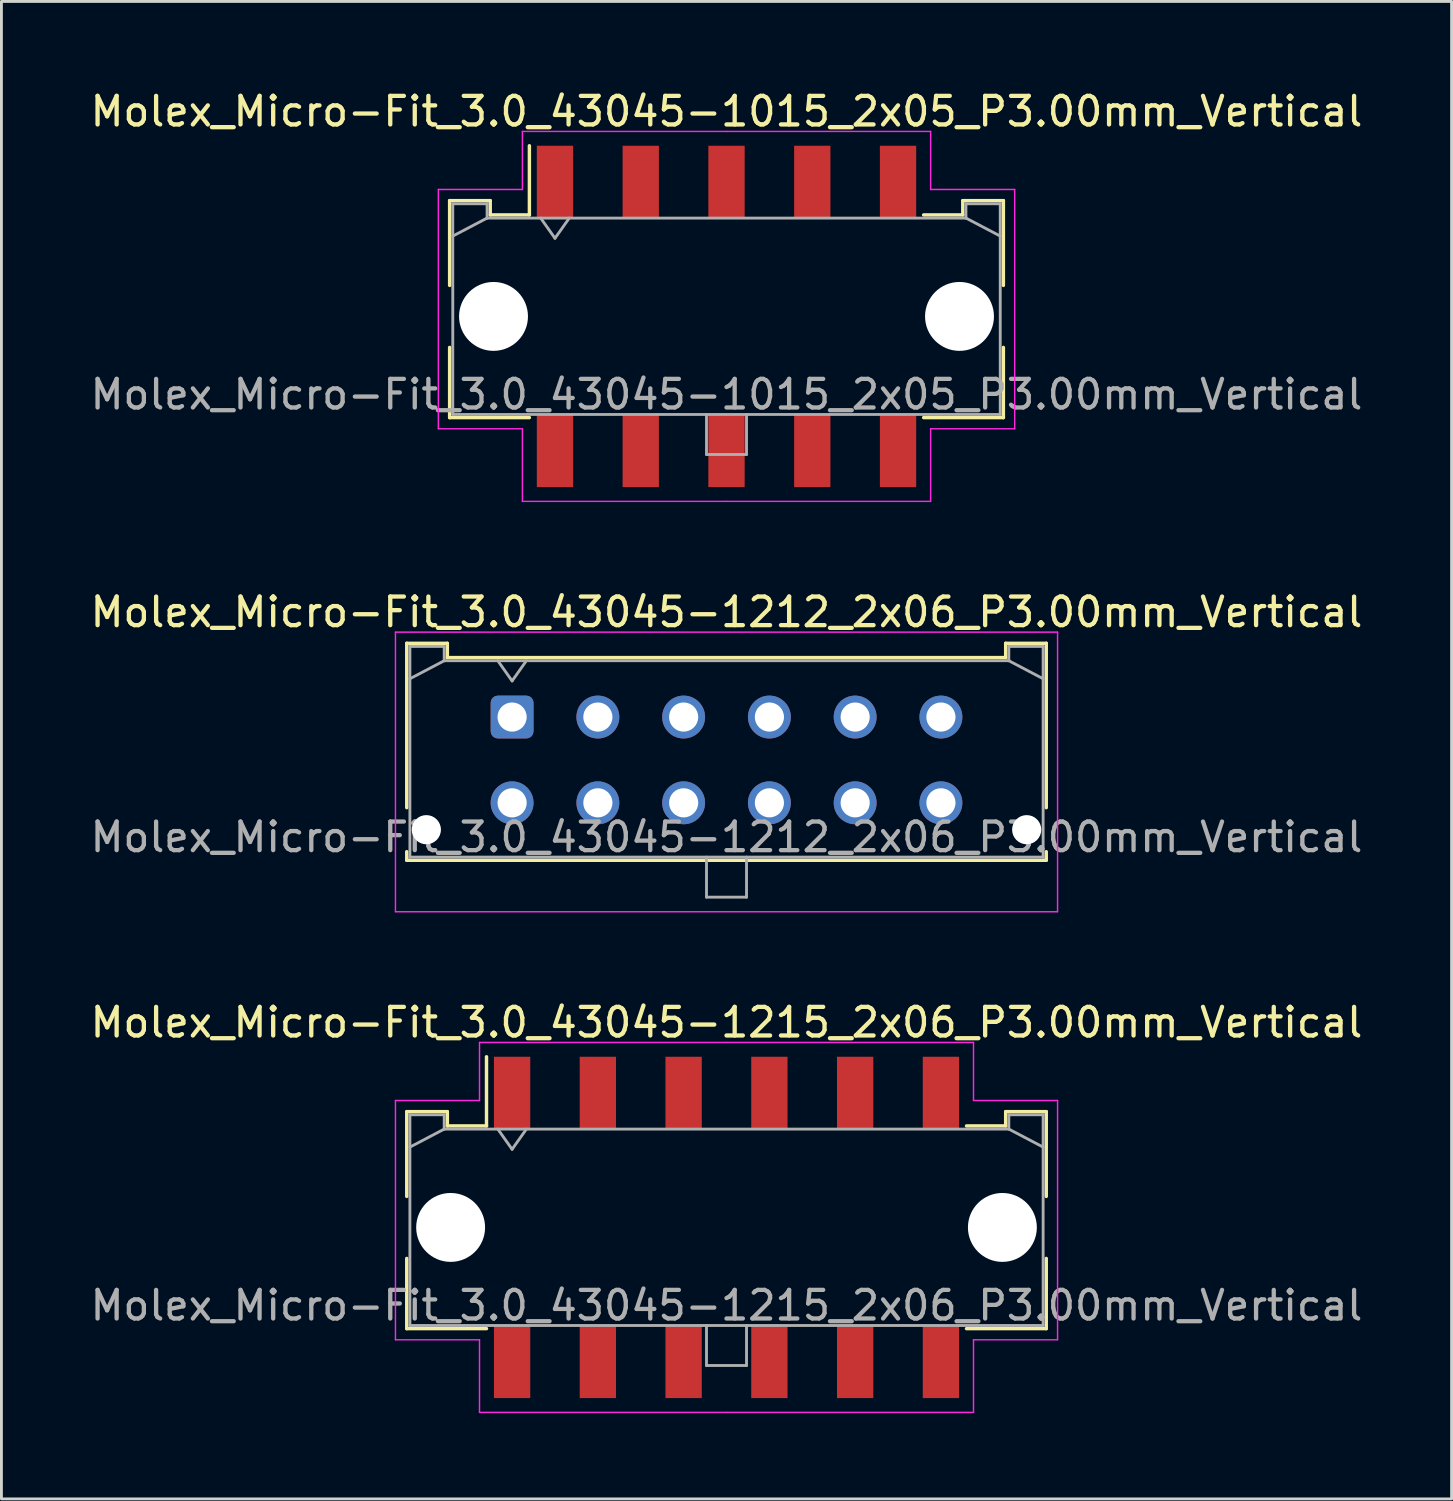
<source format=kicad_pcb>
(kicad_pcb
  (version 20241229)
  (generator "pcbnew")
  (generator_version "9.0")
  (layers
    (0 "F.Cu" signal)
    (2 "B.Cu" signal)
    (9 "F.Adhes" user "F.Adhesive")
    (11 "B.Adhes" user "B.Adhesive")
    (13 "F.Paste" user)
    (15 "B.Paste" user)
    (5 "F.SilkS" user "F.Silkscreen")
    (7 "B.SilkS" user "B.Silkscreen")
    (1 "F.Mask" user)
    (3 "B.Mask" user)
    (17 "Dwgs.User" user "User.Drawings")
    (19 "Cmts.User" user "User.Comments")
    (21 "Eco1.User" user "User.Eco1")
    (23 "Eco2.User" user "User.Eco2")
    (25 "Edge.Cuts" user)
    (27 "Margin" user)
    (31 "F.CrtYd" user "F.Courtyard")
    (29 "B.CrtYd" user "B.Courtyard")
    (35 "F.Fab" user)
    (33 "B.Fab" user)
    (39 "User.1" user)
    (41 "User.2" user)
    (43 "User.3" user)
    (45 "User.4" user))
  (footprint "Molex_Micro-Fit_3.0_43045-1015_2x05_P3.00mm_Vertical"
    (layer "F.Cu")
    (at 22.363 8.018)
    (property "Reference" "Molex_Micro-Fit_3.0_43045-1015_2x05_P3.00mm_Vertical" (at 0 -7.17 0) (layer "F.SilkS") (effects (font (size 1 1) (thickness 0.15))))
    (attr smd)
    (fp_line (start -9.685 -4.05) (end -8.265 -4.05) (stroke (width 0.12) (type solid)) (layer "F.SilkS"))
    (fp_line (start -9.685 -1.085) (end -9.685 -4.05) (stroke (width 0.12) (type solid)) (layer "F.SilkS"))
    (fp_line (start -9.685 1.085) (end -9.685 3.54) (stroke (width 0.12) (type solid)) (layer "F.SilkS"))
    (fp_line (start -9.685 3.54) (end -6.895 3.54) (stroke (width 0.12) (type solid)) (layer "F.SilkS"))
    (fp_line (start -8.265 -4.05) (end -8.265 -3.55) (stroke (width 0.12) (type solid)) (layer "F.SilkS"))
    (fp_line (start -8.265 -3.55) (end -6.895 -3.55) (stroke (width 0.12) (type solid)) (layer "F.SilkS"))
    (fp_line (start -6.895 -3.55) (end -6.895 -5.97) (stroke (width 0.12) (type solid)) (layer "F.SilkS"))
    (fp_line (start 8.265 -4.05) (end 8.265 -3.55) (stroke (width 0.12) (type solid)) (layer "F.SilkS"))
    (fp_line (start 8.265 -3.55) (end 6.895 -3.55) (stroke (width 0.12) (type solid)) (layer "F.SilkS"))
    (fp_line (start 9.685 -4.05) (end 8.265 -4.05) (stroke (width 0.12) (type solid)) (layer "F.SilkS"))
    (fp_line (start 9.685 -1.085) (end 9.685 -4.05) (stroke (width 0.12) (type solid)) (layer "F.SilkS"))
    (fp_line (start 9.685 1.085) (end 9.685 3.54) (stroke (width 0.12) (type solid)) (layer "F.SilkS"))
    (fp_line (start 9.685 3.54) (end 6.895 3.54) (stroke (width 0.12) (type solid)) (layer "F.SilkS"))
    (fp_line (start -10.08 -4.44) (end -10.08 3.93) (stroke (width 0.05) (type solid)) (layer "F.CrtYd"))
    (fp_line (start -10.08 3.93) (end -7.14 3.93) (stroke (width 0.05) (type solid)) (layer "F.CrtYd"))
    (fp_line (start -7.14 -6.47) (end -7.14 -4.44) (stroke (width 0.05) (type solid)) (layer "F.CrtYd"))
    (fp_line (start -7.14 -4.44) (end -10.08 -4.44) (stroke (width 0.05) (type solid)) (layer "F.CrtYd"))
    (fp_line (start -7.14 3.93) (end -7.14 6.47) (stroke (width 0.05) (type solid)) (layer "F.CrtYd"))
    (fp_line (start -7.14 6.47) (end 0 6.47) (stroke (width 0.05) (type solid)) (layer "F.CrtYd"))
    (fp_line (start 0 -6.47) (end -7.14 -6.47) (stroke (width 0.05) (type solid)) (layer "F.CrtYd"))
    (fp_line (start 0 -6.47) (end 7.14 -6.47) (stroke (width 0.05) (type solid)) (layer "F.CrtYd"))
    (fp_line (start 7.14 -6.47) (end 7.14 -4.44) (stroke (width 0.05) (type solid)) (layer "F.CrtYd"))
    (fp_line (start 7.14 -4.44) (end 10.08 -4.44) (stroke (width 0.05) (type solid)) (layer "F.CrtYd"))
    (fp_line (start 7.14 3.93) (end 7.14 6.47) (stroke (width 0.05) (type solid)) (layer "F.CrtYd"))
    (fp_line (start 7.14 6.47) (end 0 6.47) (stroke (width 0.05) (type solid)) (layer "F.CrtYd"))
    (fp_line (start 10.08 -4.44) (end 10.08 3.93) (stroke (width 0.05) (type solid)) (layer "F.CrtYd"))
    (fp_line (start 10.08 3.93) (end 7.14 3.93) (stroke (width 0.05) (type solid)) (layer "F.CrtYd"))
    (fp_line (start -9.575 -3.94) (end -9.575 3.43) (stroke (width 0.1) (type solid)) (layer "F.Fab"))
    (fp_line (start -9.575 -2.81) (end -8.375 -3.44) (stroke (width 0.1) (type solid)) (layer "F.Fab"))
    (fp_line (start -9.575 3.43) (end 9.575 3.43) (stroke (width 0.1) (type solid)) (layer "F.Fab"))
    (fp_line (start -8.375 -3.94) (end -9.575 -3.94) (stroke (width 0.1) (type solid)) (layer "F.Fab"))
    (fp_line (start -8.375 -3.44) (end -8.375 -3.94) (stroke (width 0.1) (type solid)) (layer "F.Fab"))
    (fp_line (start -6.5 -3.44) (end -6 -2.733) (stroke (width 0.1) (type solid)) (layer "F.Fab"))
    (fp_line (start -6 -2.733) (end -5.5 -3.44) (stroke (width 0.1) (type solid)) (layer "F.Fab"))
    (fp_line (start -0.7 3.43) (end -0.7 4.83) (stroke (width 0.1) (type solid)) (layer "F.Fab"))
    (fp_line (start -0.7 4.83) (end 0.7 4.83) (stroke (width 0.1) (type solid)) (layer "F.Fab"))
    (fp_line (start 0.7 4.83) (end 0.7 3.43) (stroke (width 0.1) (type solid)) (layer "F.Fab"))
    (fp_line (start 8.375 -3.94) (end 8.375 -3.44) (stroke (width 0.1) (type solid)) (layer "F.Fab"))
    (fp_line (start 8.375 -3.44) (end -8.375 -3.44) (stroke (width 0.1) (type solid)) (layer "F.Fab"))
    (fp_line (start 9.575 -3.94) (end 8.375 -3.94) (stroke (width 0.1) (type solid)) (layer "F.Fab"))
    (fp_line (start 9.575 -2.81) (end 8.375 -3.44) (stroke (width 0.1) (type solid)) (layer "F.Fab"))
    (fp_line (start 9.575 3.43) (end 9.575 -3.94) (stroke (width 0.1) (type solid)) (layer "F.Fab"))
    (fp_text user "${REFERENCE}" (at 0 2.73 0) (layer "F.Fab") (effects (font (size 1 1) (thickness 0.15))))
    (pad "" np_thru_hole circle (at -8.15 0) (size 2.41 2.41) (drill 2.41) (layers "*.Cu" "*.Mask"))
    (pad "" np_thru_hole circle (at 8.15 0) (size 2.41 2.41) (drill 2.41) (layers "*.Cu" "*.Mask"))
    (pad "1" smd rect (at -6 -4.7) (size 1.27 2.54) (layers "F.Cu" "F.Mask" "F.Paste"))
    (pad "2" smd rect (at -3 -4.7) (size 1.27 2.54) (layers "F.Cu" "F.Mask" "F.Paste"))
    (pad "3" smd rect (at 0 -4.7) (size 1.27 2.54) (layers "F.Cu" "F.Mask" "F.Paste"))
    (pad "4" smd rect (at 3 -4.7) (size 1.27 2.54) (layers "F.Cu" "F.Mask" "F.Paste"))
    (pad "5" smd rect (at 6 -4.7) (size 1.27 2.54) (layers "F.Cu" "F.Mask" "F.Paste"))
    (pad "6" smd rect (at -6 4.7) (size 1.27 2.54) (layers "F.Cu" "F.Mask" "F.Paste"))
    (pad "7" smd rect (at -3 4.7) (size 1.27 2.54) (layers "F.Cu" "F.Mask" "F.Paste"))
    (pad "8" smd rect (at 0 4.7) (size 1.27 2.54) (layers "F.Cu" "F.Mask" "F.Paste"))
    (pad "9" smd rect (at 3 4.7) (size 1.27 2.54) (layers "F.Cu" "F.Mask" "F.Paste"))
    (pad "10" smd rect (at 6 4.7) (size 1.27 2.54) (layers "F.Cu" "F.Mask" "F.Paste")))
  (footprint "Molex_Micro-Fit_3.0_43045-1215_2x06_P3.00mm_Vertical"
    (layer "F.Cu")
    (at 22.363 39.885)
    (property "Reference" "Molex_Micro-Fit_3.0_43045-1215_2x06_P3.00mm_Vertical" (at 0 -7.17 0) (layer "F.SilkS") (effects (font (size 1 1) (thickness 0.15))))
    (attr smd)
    (fp_line (start -11.185 -4.05) (end -9.765 -4.05) (stroke (width 0.12) (type solid)) (layer "F.SilkS"))
    (fp_line (start -11.185 -1.085) (end -11.185 -4.05) (stroke (width 0.12) (type solid)) (layer "F.SilkS"))
    (fp_line (start -11.185 1.085) (end -11.185 3.54) (stroke (width 0.12) (type solid)) (layer "F.SilkS"))
    (fp_line (start -11.185 3.54) (end -8.395 3.54) (stroke (width 0.12) (type solid)) (layer "F.SilkS"))
    (fp_line (start -9.765 -4.05) (end -9.765 -3.55) (stroke (width 0.12) (type solid)) (layer "F.SilkS"))
    (fp_line (start -9.765 -3.55) (end -8.395 -3.55) (stroke (width 0.12) (type solid)) (layer "F.SilkS"))
    (fp_line (start -8.395 -3.55) (end -8.395 -5.97) (stroke (width 0.12) (type solid)) (layer "F.SilkS"))
    (fp_line (start 9.765 -4.05) (end 9.765 -3.55) (stroke (width 0.12) (type solid)) (layer "F.SilkS"))
    (fp_line (start 9.765 -3.55) (end 8.395 -3.55) (stroke (width 0.12) (type solid)) (layer "F.SilkS"))
    (fp_line (start 11.185 -4.05) (end 9.765 -4.05) (stroke (width 0.12) (type solid)) (layer "F.SilkS"))
    (fp_line (start 11.185 -1.085) (end 11.185 -4.05) (stroke (width 0.12) (type solid)) (layer "F.SilkS"))
    (fp_line (start 11.185 1.085) (end 11.185 3.54) (stroke (width 0.12) (type solid)) (layer "F.SilkS"))
    (fp_line (start 11.185 3.54) (end 8.395 3.54) (stroke (width 0.12) (type solid)) (layer "F.SilkS"))
    (fp_line (start -11.58 -4.44) (end -11.58 3.93) (stroke (width 0.05) (type solid)) (layer "F.CrtYd"))
    (fp_line (start -11.58 3.93) (end -8.64 3.93) (stroke (width 0.05) (type solid)) (layer "F.CrtYd"))
    (fp_line (start -8.64 -6.47) (end -8.64 -4.44) (stroke (width 0.05) (type solid)) (layer "F.CrtYd"))
    (fp_line (start -8.64 -4.44) (end -11.58 -4.44) (stroke (width 0.05) (type solid)) (layer "F.CrtYd"))
    (fp_line (start -8.64 3.93) (end -8.64 6.47) (stroke (width 0.05) (type solid)) (layer "F.CrtYd"))
    (fp_line (start -8.64 6.47) (end 0 6.47) (stroke (width 0.05) (type solid)) (layer "F.CrtYd"))
    (fp_line (start 0 -6.47) (end -8.64 -6.47) (stroke (width 0.05) (type solid)) (layer "F.CrtYd"))
    (fp_line (start 0 -6.47) (end 8.64 -6.47) (stroke (width 0.05) (type solid)) (layer "F.CrtYd"))
    (fp_line (start 8.64 -6.47) (end 8.64 -4.44) (stroke (width 0.05) (type solid)) (layer "F.CrtYd"))
    (fp_line (start 8.64 -4.44) (end 11.58 -4.44) (stroke (width 0.05) (type solid)) (layer "F.CrtYd"))
    (fp_line (start 8.64 3.93) (end 8.64 6.47) (stroke (width 0.05) (type solid)) (layer "F.CrtYd"))
    (fp_line (start 8.64 6.47) (end 0 6.47) (stroke (width 0.05) (type solid)) (layer "F.CrtYd"))
    (fp_line (start 11.58 -4.44) (end 11.58 3.93) (stroke (width 0.05) (type solid)) (layer "F.CrtYd"))
    (fp_line (start 11.58 3.93) (end 8.64 3.93) (stroke (width 0.05) (type solid)) (layer "F.CrtYd"))
    (fp_line (start -11.075 -3.94) (end -11.075 3.43) (stroke (width 0.1) (type solid)) (layer "F.Fab"))
    (fp_line (start -11.075 -2.81) (end -9.875 -3.44) (stroke (width 0.1) (type solid)) (layer "F.Fab"))
    (fp_line (start -11.075 3.43) (end 11.075 3.43) (stroke (width 0.1) (type solid)) (layer "F.Fab"))
    (fp_line (start -9.875 -3.94) (end -11.075 -3.94) (stroke (width 0.1) (type solid)) (layer "F.Fab"))
    (fp_line (start -9.875 -3.44) (end -9.875 -3.94) (stroke (width 0.1) (type solid)) (layer "F.Fab"))
    (fp_line (start -8 -3.44) (end -7.5 -2.733) (stroke (width 0.1) (type solid)) (layer "F.Fab"))
    (fp_line (start -7.5 -2.733) (end -7 -3.44) (stroke (width 0.1) (type solid)) (layer "F.Fab"))
    (fp_line (start -0.7 3.43) (end -0.7 4.83) (stroke (width 0.1) (type solid)) (layer "F.Fab"))
    (fp_line (start -0.7 4.83) (end 0.7 4.83) (stroke (width 0.1) (type solid)) (layer "F.Fab"))
    (fp_line (start 0.7 4.83) (end 0.7 3.43) (stroke (width 0.1) (type solid)) (layer "F.Fab"))
    (fp_line (start 9.875 -3.94) (end 9.875 -3.44) (stroke (width 0.1) (type solid)) (layer "F.Fab"))
    (fp_line (start 9.875 -3.44) (end -9.875 -3.44) (stroke (width 0.1) (type solid)) (layer "F.Fab"))
    (fp_line (start 11.075 -3.94) (end 9.875 -3.94) (stroke (width 0.1) (type solid)) (layer "F.Fab"))
    (fp_line (start 11.075 -2.81) (end 9.875 -3.44) (stroke (width 0.1) (type solid)) (layer "F.Fab"))
    (fp_line (start 11.075 3.43) (end 11.075 -3.94) (stroke (width 0.1) (type solid)) (layer "F.Fab"))
    (fp_text user "${REFERENCE}" (at 0 2.73 0) (layer "F.Fab") (effects (font (size 1 1) (thickness 0.15))))
    (pad "" np_thru_hole circle (at -9.65 0) (size 2.41 2.41) (drill 2.41) (layers "*.Cu" "*.Mask"))
    (pad "" np_thru_hole circle (at 9.65 0) (size 2.41 2.41) (drill 2.41) (layers "*.Cu" "*.Mask"))
    (pad "1" smd rect (at -7.5 -4.7) (size 1.27 2.54) (layers "F.Cu" "F.Mask" "F.Paste"))
    (pad "2" smd rect (at -4.5 -4.7) (size 1.27 2.54) (layers "F.Cu" "F.Mask" "F.Paste"))
    (pad "3" smd rect (at -1.5 -4.7) (size 1.27 2.54) (layers "F.Cu" "F.Mask" "F.Paste"))
    (pad "4" smd rect (at 1.5 -4.7) (size 1.27 2.54) (layers "F.Cu" "F.Mask" "F.Paste"))
    (pad "5" smd rect (at 4.5 -4.7) (size 1.27 2.54) (layers "F.Cu" "F.Mask" "F.Paste"))
    (pad "6" smd rect (at 7.5 -4.7) (size 1.27 2.54) (layers "F.Cu" "F.Mask" "F.Paste"))
    (pad "7" smd rect (at -7.5 4.7) (size 1.27 2.54) (layers "F.Cu" "F.Mask" "F.Paste"))
    (pad "8" smd rect (at -4.5 4.7) (size 1.27 2.54) (layers "F.Cu" "F.Mask" "F.Paste"))
    (pad "9" smd rect (at -1.5 4.7) (size 1.27 2.54) (layers "F.Cu" "F.Mask" "F.Paste"))
    (pad "10" smd rect (at 1.5 4.7) (size 1.27 2.54) (layers "F.Cu" "F.Mask" "F.Paste"))
    (pad "11" smd rect (at 4.5 4.7) (size 1.27 2.54) (layers "F.Cu" "F.Mask" "F.Paste"))
    (pad "12" smd rect (at 7.5 4.7) (size 1.27 2.54) (layers "F.Cu" "F.Mask" "F.Paste")))
  (footprint "Molex_Micro-Fit_3.0_43045-1212_2x06_P3.00mm_Vertical"
    (layer "F.Cu")
    (at 14.863 22.032)
    (property "Reference" "Molex_Micro-Fit_3.0_43045-1212_2x06_P3.00mm_Vertical" (at 7.5 -3.67 0) (layer "F.SilkS") (effects (font (size 1 1) (thickness 0.15))))
    (attr through_hole)
    (fp_line (start -3.685 -2.58) (end -2.265 -2.58) (stroke (width 0.12) (type solid)) (layer "F.SilkS"))
    (fp_line (start -3.685 3.17) (end -3.685 -2.58) (stroke (width 0.12) (type solid)) (layer "F.SilkS"))
    (fp_line (start -3.685 4.71) (end -3.685 5.01) (stroke (width 0.12) (type solid)) (layer "F.SilkS"))
    (fp_line (start -3.685 5.01) (end 18.685 5.01) (stroke (width 0.12) (type solid)) (layer "F.SilkS"))
    (fp_line (start -2.265 -2.58) (end -2.265 -2.08) (stroke (width 0.12) (type solid)) (layer "F.SilkS"))
    (fp_line (start -2.265 -2.08) (end 17.265 -2.08) (stroke (width 0.12) (type solid)) (layer "F.SilkS"))
    (fp_line (start 17.265 -2.58) (end 18.685 -2.58) (stroke (width 0.12) (type solid)) (layer "F.SilkS"))
    (fp_line (start 17.265 -2.08) (end 17.265 -2.58) (stroke (width 0.12) (type solid)) (layer "F.SilkS"))
    (fp_line (start 18.685 -2.58) (end 18.685 3.17) (stroke (width 0.12) (type solid)) (layer "F.SilkS"))
    (fp_line (start 18.685 5.01) (end 18.685 4.71) (stroke (width 0.12) (type solid)) (layer "F.SilkS"))
    (fp_line (start -4.08 -2.97) (end 19.08 -2.97) (stroke (width 0.05) (type solid)) (layer "F.CrtYd"))
    (fp_line (start -4.08 6.81) (end -4.08 -2.97) (stroke (width 0.05) (type solid)) (layer "F.CrtYd"))
    (fp_line (start 19.08 -2.97) (end 19.08 6.81) (stroke (width 0.05) (type solid)) (layer "F.CrtYd"))
    (fp_line (start 19.08 6.81) (end -4.08 6.81) (stroke (width 0.05) (type solid)) (layer "F.CrtYd"))
    (fp_line (start -3.575 -2.47) (end -3.575 4.9) (stroke (width 0.1) (type solid)) (layer "F.Fab"))
    (fp_line (start -3.575 -1.34) (end -2.375 -1.97) (stroke (width 0.1) (type solid)) (layer "F.Fab"))
    (fp_line (start -3.575 4.9) (end 18.575 4.9) (stroke (width 0.1) (type solid)) (layer "F.Fab"))
    (fp_line (start -2.375 -2.47) (end -3.575 -2.47) (stroke (width 0.1) (type solid)) (layer "F.Fab"))
    (fp_line (start -2.375 -1.97) (end -2.375 -2.47) (stroke (width 0.1) (type solid)) (layer "F.Fab"))
    (fp_line (start -0.5 -1.97) (end 0 -1.263) (stroke (width 0.1) (type solid)) (layer "F.Fab"))
    (fp_line (start 0 -1.263) (end 0.5 -1.97) (stroke (width 0.1) (type solid)) (layer "F.Fab"))
    (fp_line (start 6.8 4.9) (end 6.8 6.3) (stroke (width 0.1) (type solid)) (layer "F.Fab"))
    (fp_line (start 6.8 6.3) (end 8.2 6.3) (stroke (width 0.1) (type solid)) (layer "F.Fab"))
    (fp_line (start 8.2 6.3) (end 8.2 4.9) (stroke (width 0.1) (type solid)) (layer "F.Fab"))
    (fp_line (start 17.375 -2.47) (end 17.375 -1.97) (stroke (width 0.1) (type solid)) (layer "F.Fab"))
    (fp_line (start 17.375 -1.97) (end -2.375 -1.97) (stroke (width 0.1) (type solid)) (layer "F.Fab"))
    (fp_line (start 18.575 -2.47) (end 17.375 -2.47) (stroke (width 0.1) (type solid)) (layer "F.Fab"))
    (fp_line (start 18.575 -1.34) (end 17.375 -1.97) (stroke (width 0.1) (type solid)) (layer "F.Fab"))
    (fp_line (start 18.575 4.9) (end 18.575 -2.47) (stroke (width 0.1) (type solid)) (layer "F.Fab"))
    (fp_text user "${REFERENCE}" (at 7.5 4.2 0) (layer "F.Fab") (effects (font (size 1 1) (thickness 0.15))))
    (pad "" np_thru_hole circle (at -3 3.94) (size 1.02 1.02) (drill 1.02) (layers "*.Cu" "*.Mask"))
    (pad "" np_thru_hole circle (at 18 3.94) (size 1.02 1.02) (drill 1.02) (layers "*.Cu" "*.Mask"))
    (pad "1" thru_hole roundrect (at 0 0) (size 1.5 1.5) (drill 1.02) (layers "*.Cu" "*.Mask") (roundrect_rratio 0.167))
    (pad "2" thru_hole circle (at 3 0) (size 1.5 1.5) (drill 1.02) (layers "*.Cu" "*.Mask"))
    (pad "3" thru_hole circle (at 6 0) (size 1.5 1.5) (drill 1.02) (layers "*.Cu" "*.Mask"))
    (pad "4" thru_hole circle (at 9 0) (size 1.5 1.5) (drill 1.02) (layers "*.Cu" "*.Mask"))
    (pad "5" thru_hole circle (at 12 0) (size 1.5 1.5) (drill 1.02) (layers "*.Cu" "*.Mask"))
    (pad "6" thru_hole circle (at 15 0) (size 1.5 1.5) (drill 1.02) (layers "*.Cu" "*.Mask"))
    (pad "7" thru_hole circle (at 0 3) (size 1.5 1.5) (drill 1.02) (layers "*.Cu" "*.Mask"))
    (pad "8" thru_hole circle (at 3 3) (size 1.5 1.5) (drill 1.02) (layers "*.Cu" "*.Mask"))
    (pad "9" thru_hole circle (at 6 3) (size 1.5 1.5) (drill 1.02) (layers "*.Cu" "*.Mask"))
    (pad "10" thru_hole circle (at 9 3) (size 1.5 1.5) (drill 1.02) (layers "*.Cu" "*.Mask"))
    (pad "11" thru_hole circle (at 12 3) (size 1.5 1.5) (drill 1.02) (layers "*.Cu" "*.Mask"))
    (pad "12" thru_hole circle (at 15 3) (size 1.5 1.5) (drill 1.02) (layers "*.Cu" "*.Mask")))
  (gr_rect
    (start -3 -3)
    (end 47.726 49.38)
    (stroke (width 0.1) (type default))
    (fill no)
    (layer "Edge.Cuts")))
</source>
